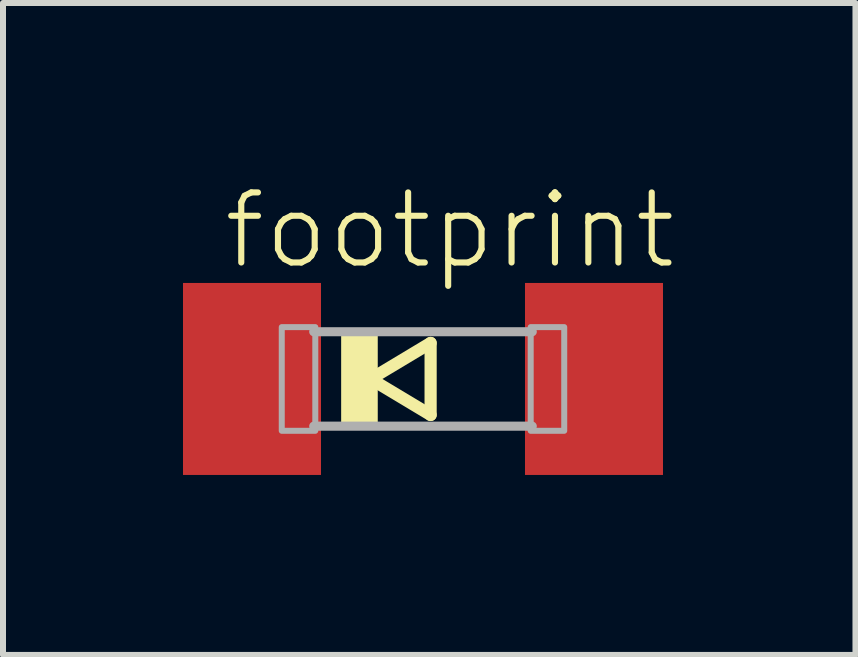
<source format=kicad_pcb>
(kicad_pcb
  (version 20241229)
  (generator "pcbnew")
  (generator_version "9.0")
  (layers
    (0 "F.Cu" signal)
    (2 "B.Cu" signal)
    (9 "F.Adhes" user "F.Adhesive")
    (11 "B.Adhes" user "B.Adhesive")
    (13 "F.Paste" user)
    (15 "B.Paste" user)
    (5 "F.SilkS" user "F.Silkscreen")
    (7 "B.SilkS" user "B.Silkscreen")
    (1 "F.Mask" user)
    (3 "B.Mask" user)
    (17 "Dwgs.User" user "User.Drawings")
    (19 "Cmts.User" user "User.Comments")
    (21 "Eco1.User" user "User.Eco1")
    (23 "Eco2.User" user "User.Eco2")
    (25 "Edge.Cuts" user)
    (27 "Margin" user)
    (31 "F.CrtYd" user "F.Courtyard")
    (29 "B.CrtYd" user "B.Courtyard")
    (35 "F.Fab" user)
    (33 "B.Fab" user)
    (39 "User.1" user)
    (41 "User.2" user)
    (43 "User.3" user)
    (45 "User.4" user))
  (footprint "footprint"
    (layer "F.Cu")
    (at 4 3.266)
    (property "Reference" "footprint" (at -3.374 -1.793 0) (layer "F.SilkS") (effects (font (size 1.168 1.168) (thickness 0.102)) (justify left bottom)))
    (fp_line (start -0.873 0) (end 0.127 0.6) (stroke (width 0.203) (type solid)) (layer "F.SilkS"))
    (fp_line (start 0.127 -0.6) (end -0.873 0) (stroke (width 0.203) (type solid)) (layer "F.SilkS"))
    (fp_line (start 0.127 0.6) (end 0.127 -0.6) (stroke (width 0.203) (type solid)) (layer "F.SilkS"))
    (fp_poly (pts (xy -1.364 0.787) (xy -0.754 0.787) (xy -0.754 -0.787) (xy -1.364 -0.787)) (stroke (width 0) (type solid)) (fill yes) (layer "F.SilkS"))
    (fp_line (start 1.821 -0.787) (end -1.821 -0.787) (stroke (width 0.152) (type solid)) (layer "F.Fab"))
    (fp_line (start 1.821 0.787) (end -1.821 0.787) (stroke (width 0.152) (type solid)) (layer "F.Fab"))
    (fp_poly (pts (xy -2.354 0.864) (xy -1.795 0.864) (xy -1.795 -0.864) (xy -2.354 -0.864)) (stroke (width 0.1) (type solid)) (fill no) (layer "F.Fab"))
    (fp_poly (pts (xy 1.795 0.864) (xy 2.354 0.864) (xy 2.354 -0.864) (xy 1.795 -0.864)) (stroke (width 0.1) (type solid)) (fill no) (layer "F.Fab"))
    (pad "A" smd rect (at 2.85 0) (size 2.3 3.2) (layers "F.Cu" "F.Mask" "F.Paste"))
    (pad "C" smd rect (at -2.85 0) (size 2.3 3.2) (layers "F.Cu" "F.Mask" "F.Paste")))
  (gr_rect
    (start -3 -3)
    (end 11.208 7.866)
    (stroke (width 0.1) (type default))
    (fill no)
    (layer "Edge.Cuts")))
</source>
